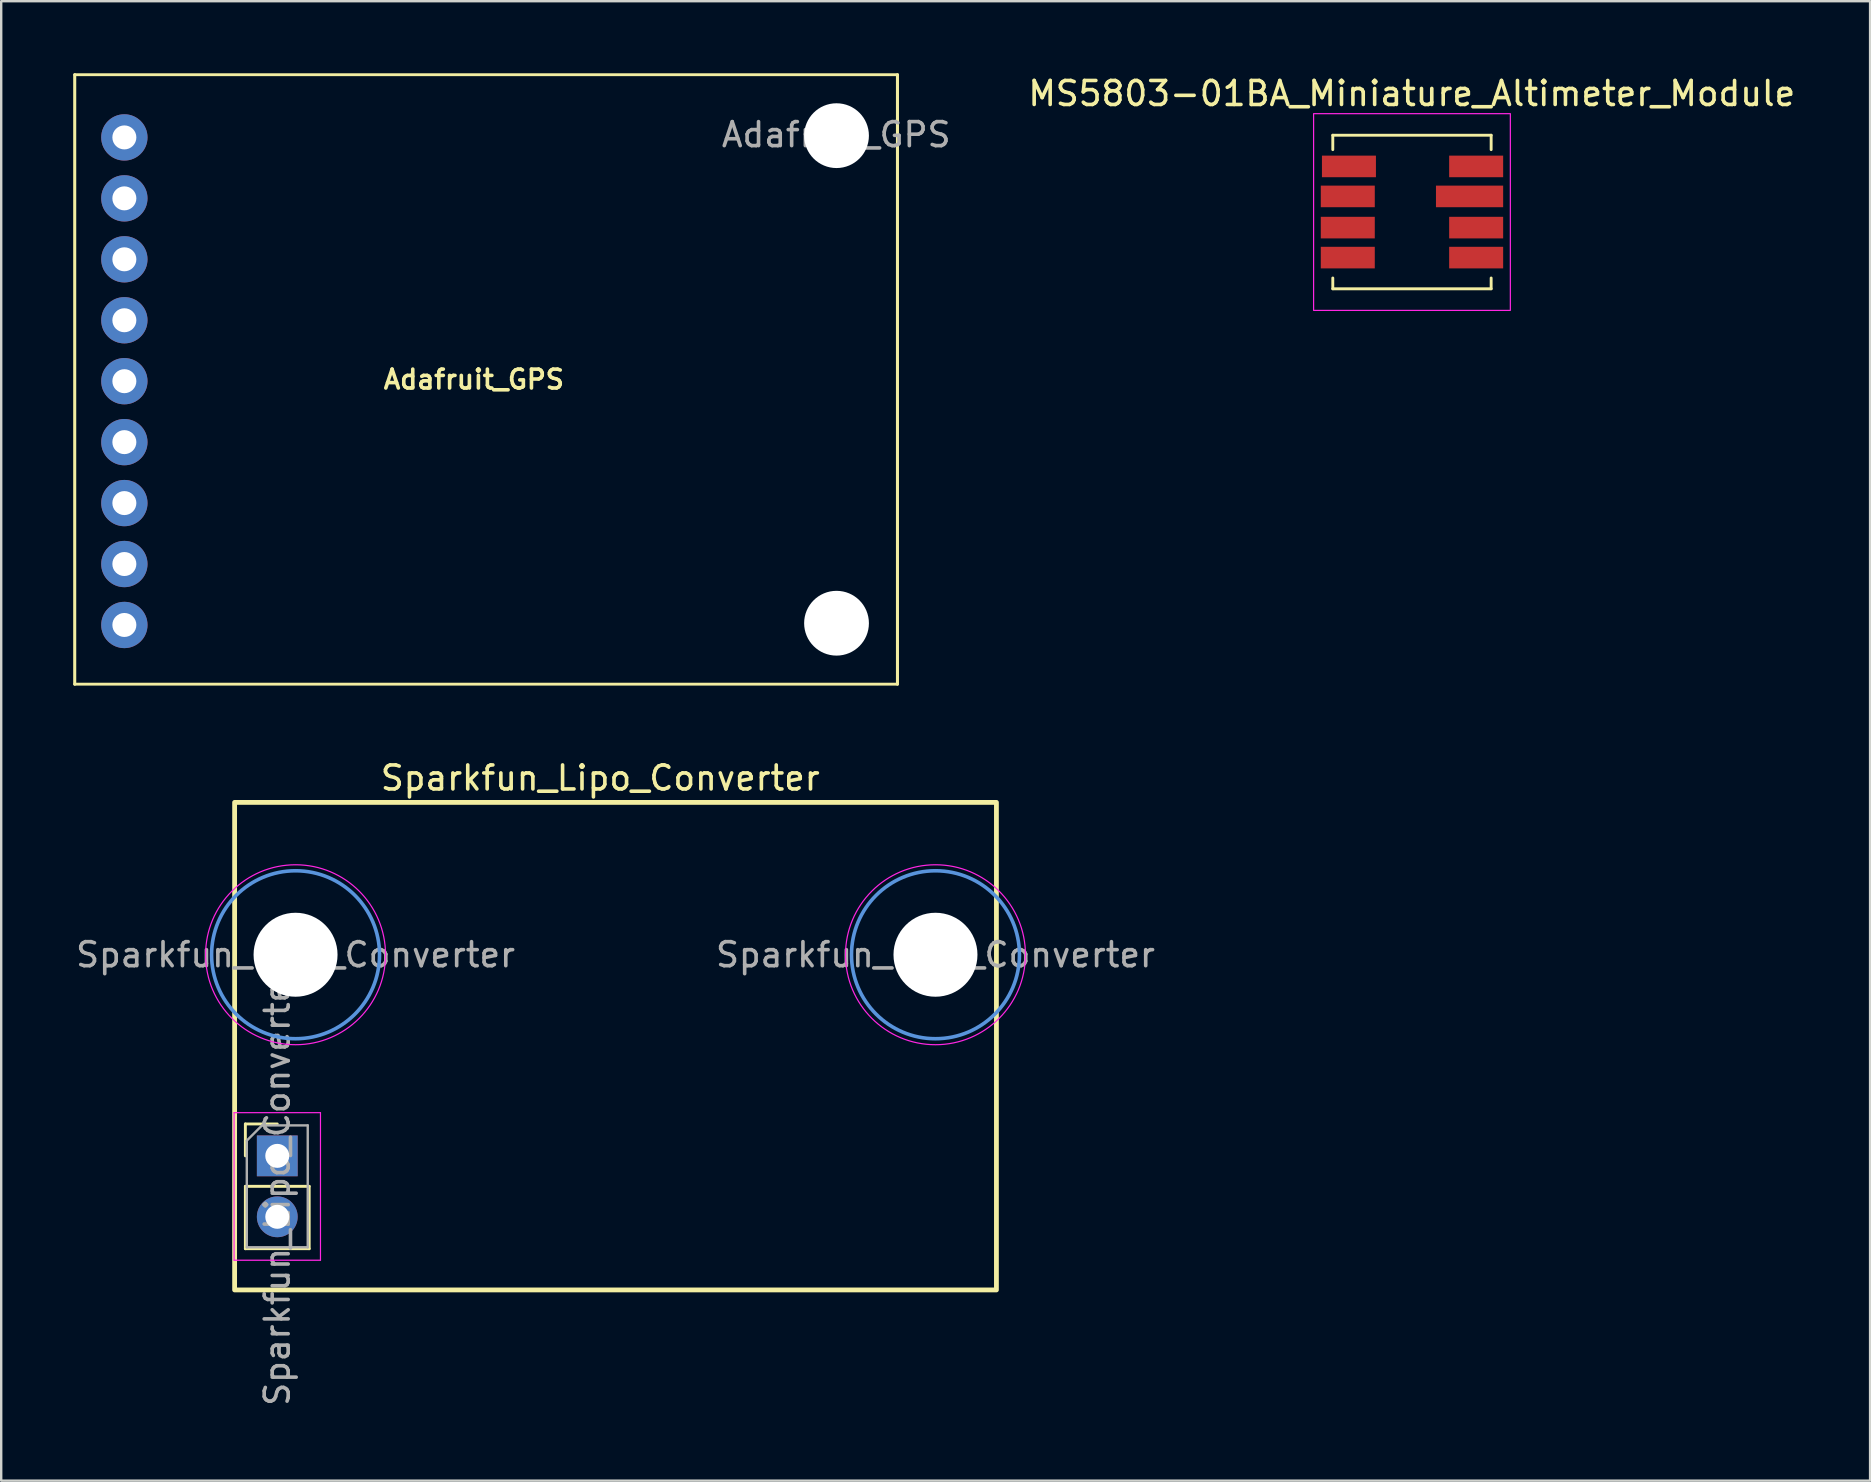
<source format=kicad_pcb>
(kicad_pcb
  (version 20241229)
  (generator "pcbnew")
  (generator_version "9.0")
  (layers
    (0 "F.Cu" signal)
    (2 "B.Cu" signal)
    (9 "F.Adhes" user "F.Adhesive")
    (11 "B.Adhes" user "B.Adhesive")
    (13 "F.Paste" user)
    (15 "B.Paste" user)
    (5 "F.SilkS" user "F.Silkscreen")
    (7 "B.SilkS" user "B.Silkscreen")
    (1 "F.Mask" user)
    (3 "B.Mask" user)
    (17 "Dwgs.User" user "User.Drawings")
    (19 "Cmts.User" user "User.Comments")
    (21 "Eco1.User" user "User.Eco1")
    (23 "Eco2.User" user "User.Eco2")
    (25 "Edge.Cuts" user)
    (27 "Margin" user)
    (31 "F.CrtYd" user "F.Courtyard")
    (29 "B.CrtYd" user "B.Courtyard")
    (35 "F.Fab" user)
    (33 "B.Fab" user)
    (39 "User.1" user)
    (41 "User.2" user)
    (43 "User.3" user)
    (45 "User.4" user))
  (footprint "Adafruit_GPS"
    (layer "F.Cu")
    (at 16.701 12.764)
    (property "Reference" "Adafruit_GPS" (at 0 0 0) (layer "F.SilkS") (effects (font (size 0.787 0.787) (thickness 0.15))))
    (attr through_hole)
    (fp_line (start -16.637 -12.7) (end -16.637 12.7) (stroke (width 0.127) (type solid)) (layer "F.SilkS"))
    (fp_line (start -16.637 -12.7) (end 17.653 -12.7) (stroke (width 0.12) (type solid)) (layer "F.SilkS"))
    (fp_line (start -16.637 12.7) (end 17.653 12.7) (stroke (width 0.12) (type solid)) (layer "F.SilkS"))
    (fp_line (start 17.653 12.7) (end 17.653 -12.7) (stroke (width 0.127) (type solid)) (layer "F.SilkS"))
    (fp_text user "${REFERENCE}" (at 15.1 -10.2 0) (layer "F.Fab") (effects (font (size 1 1) (thickness 0.15))))
    (pad "" np_thru_hole circle (at 15.113 -10.16) (size 2.7 2.7) (drill 2.7) (layers "*.Cu" "*.Mask"))
    (pad "" np_thru_hole circle (at 15.113 10.16) (size 2.7 2.7) (drill 2.7) (layers "*.Cu" "*.Mask"))
    (pad "3V3" thru_hole circle (at -14.568 -10.087) (size 1.93 1.93) (drill 1) (layers "*.Cu" "*.Mask"))
    (pad "EN" thru_hole circle (at -14.568 -7.547) (size 1.93 1.93) (drill 1) (layers "*.Cu" "*.Mask"))
    (pad "FIX" thru_hole circle (at -14.568 -2.467) (size 1.93 1.93) (drill 1) (layers "*.Cu" "*.Mask"))
    (pad "GND" thru_hole circle (at -14.568 5.153) (size 1.93 1.93) (drill 1) (layers "*.Cu" "*.Mask"))
    (pad "PPS" thru_hole circle (at -14.568 10.233) (size 1.93 1.93) (drill 1) (layers "*.Cu" "*.Mask"))
    (pad "RX" thru_hole circle (at -14.568 2.613) (size 1.93 1.93) (drill 1) (layers "*.Cu" "*.Mask"))
    (pad "TX" thru_hole circle (at -14.568 0.073) (size 1.93 1.93) (drill 1) (layers "*.Cu" "*.Mask"))
    (pad "VBAT" thru_hole circle (at -14.568 -5.007) (size 1.93 1.93) (drill 1) (layers "*.Cu" "*.Mask"))
    (pad "VIN" thru_hole circle (at -14.568 7.693) (size 1.93 1.93) (drill 1) (layers "*.Cu" "*.Mask")))
  (footprint "MS5803-01BA_Miniature_Altimeter_Module"
    (layer "F.Cu")
    (at 55.797 5.786)
    (property "Reference" "MS5803-01BA_Miniature_Altimeter_Module" (at -0.008 -4.938 0) (unlocked yes) (layer "F.SilkS") (effects (font (size 1 1) (thickness 0.15))))
    (attr smd)
    (fp_line (start -3.3 -3.2) (end -3.3 -2.6) (stroke (width 0.12) (type solid)) (layer "F.SilkS"))
    (fp_line (start -3.3 -3.2) (end 3.3 -3.2) (stroke (width 0.12) (type solid)) (layer "F.SilkS"))
    (fp_line (start -3.3 3.2) (end -3.3 2.75) (stroke (width 0.12) (type solid)) (layer "F.SilkS"))
    (fp_line (start -3.3 3.2) (end 3.3 3.2) (stroke (width 0.12) (type solid)) (layer "F.SilkS"))
    (fp_line (start 3.3 -3.2) (end 3.3 -2.6) (stroke (width 0.12) (type solid)) (layer "F.SilkS"))
    (fp_line (start 3.3 3.2) (end 3.3 2.75) (stroke (width 0.12) (type solid)) (layer "F.SilkS"))
    (fp_rect (start 4.1 -4.1) (end -4.1 4.1) (stroke (width 0.05) (type solid)) (fill no) (layer "F.CrtYd"))
    (pad "1" smd rect (at 2.675 1.9) (size 2.25 0.9) (layers "F.Cu" "F.Mask" "F.Paste"))
    (pad "2" smd rect (at 2.675 0.65) (size 2.25 0.9) (layers "F.Cu" "F.Mask" "F.Paste"))
    (pad "3" smd rect (at 2.4 -0.65) (size 2.8 0.9) (layers "F.Cu" "F.Mask" "F.Paste"))
    (pad "4" smd rect (at 2.675 -1.9) (size 2.25 0.9) (layers "F.Cu" "F.Mask" "F.Paste"))
    (pad "5" smd rect (at -2.627 -1.9) (size 2.25 0.9) (layers "F.Cu" "F.Mask" "F.Paste"))
    (pad "6" smd rect (at -2.675 -0.65) (size 2.25 0.9) (layers "F.Cu" "F.Mask" "F.Paste"))
    (pad "7" smd rect (at -2.675 0.65) (size 2.25 0.9) (layers "F.Cu" "F.Mask" "F.Paste"))
    (pad "8" smd rect (at -2.675 1.9) (size 2.25 0.9) (layers "F.Cu" "F.Mask" "F.Paste")))
  (footprint "Sparkfun_Lipo_Converter"
    (layer "F.Cu")
    (at 21.968 40.551)
    (property "Reference" "Sparkfun_Lipo_Converter" (at 0 -11.176 0) (layer "F.SilkS") (effects (font (size 1 1) (thickness 0.15))))
    (attr through_hole)
    (fp_line (start -14.792 3.242) (end -13.462 3.242) (stroke (width 0.12) (type solid)) (layer "F.SilkS"))
    (fp_line (start -14.792 4.572) (end -14.792 3.242) (stroke (width 0.12) (type solid)) (layer "F.SilkS"))
    (fp_line (start -14.792 5.842) (end -14.792 8.442) (stroke (width 0.12) (type solid)) (layer "F.SilkS"))
    (fp_line (start -14.792 5.842) (end -12.132 5.842) (stroke (width 0.12) (type solid)) (layer "F.SilkS"))
    (fp_line (start -14.792 8.442) (end -12.132 8.442) (stroke (width 0.12) (type solid)) (layer "F.SilkS"))
    (fp_line (start -12.132 5.842) (end -12.132 8.442) (stroke (width 0.12) (type solid)) (layer "F.SilkS"))
    (fp_rect (start 16.51 10.16) (end -15.24 -10.16) (stroke (width 0.2) (type solid)) (fill no) (layer "F.SilkS"))
    (fp_circle (center -12.7 -3.81) (end -9.2 -3.81) (stroke (width 0.15) (type solid)) (fill no) (layer "Cmts.User"))
    (fp_circle (center 13.97 -3.81) (end 17.47 -3.81) (stroke (width 0.15) (type solid)) (fill no) (layer "Cmts.User"))
    (fp_line (start -15.262 2.772) (end -15.262 8.922) (stroke (width 0.05) (type solid)) (layer "F.CrtYd"))
    (fp_line (start -15.262 8.922) (end -11.662 8.922) (stroke (width 0.05) (type solid)) (layer "F.CrtYd"))
    (fp_line (start -11.662 2.772) (end -15.262 2.772) (stroke (width 0.05) (type solid)) (layer "F.CrtYd"))
    (fp_line (start -11.662 8.922) (end -11.662 2.772) (stroke (width 0.05) (type solid)) (layer "F.CrtYd"))
    (fp_circle (center -12.7 -3.81) (end -8.95 -3.81) (stroke (width 0.05) (type solid)) (fill no) (layer "F.CrtYd"))
    (fp_circle (center 13.97 -3.81) (end 17.72 -3.81) (stroke (width 0.05) (type solid)) (fill no) (layer "F.CrtYd"))
    (fp_line (start -14.732 3.937) (end -14.097 3.302) (stroke (width 0.1) (type solid)) (layer "F.Fab"))
    (fp_line (start -14.732 8.382) (end -14.732 3.937) (stroke (width 0.1) (type solid)) (layer "F.Fab"))
    (fp_line (start -14.097 3.302) (end -12.192 3.302) (stroke (width 0.1) (type solid)) (layer "F.Fab"))
    (fp_line (start -12.192 3.302) (end -12.192 8.382) (stroke (width 0.1) (type solid)) (layer "F.Fab"))
    (fp_line (start -12.192 8.382) (end -14.732 8.382) (stroke (width 0.1) (type solid)) (layer "F.Fab"))
    (fp_text user "${REFERENCE}" (at -12.7 -3.81 0) (layer "F.Fab") (effects (font (size 1 1) (thickness 0.15))))
    (fp_text user "${REFERENCE}" (at -13.462 5.842 90) (layer "F.Fab") (effects (font (size 1 1) (thickness 0.15))))
    (fp_text user "${REFERENCE}" (at 13.97 -3.81 0) (layer "F.Fab") (effects (font (size 1 1) (thickness 0.15))))
    (pad "" np_thru_hole circle (at -12.7 -3.81) (size 3.5 3.5) (drill 3.5) (layers "*.Cu" "*.Mask"))
    (pad "" np_thru_hole circle (at 13.97 -3.81) (size 3.5 3.5) (drill 3.5) (layers "*.Cu" "*.Mask"))
    (pad "1" thru_hole rect (at -13.462 4.572) (size 1.7 1.7) (drill 1) (layers "*.Cu" "*.Mask"))
    (pad "2" thru_hole oval (at -13.462 7.112) (size 1.7 1.7) (drill 1) (layers "*.Cu" "*.Mask")))
  (gr_rect
    (start -3 -3)
    (end 74.89 58.661)
    (stroke (width 0.1) (type default))
    (fill no)
    (layer "Edge.Cuts")))
</source>
